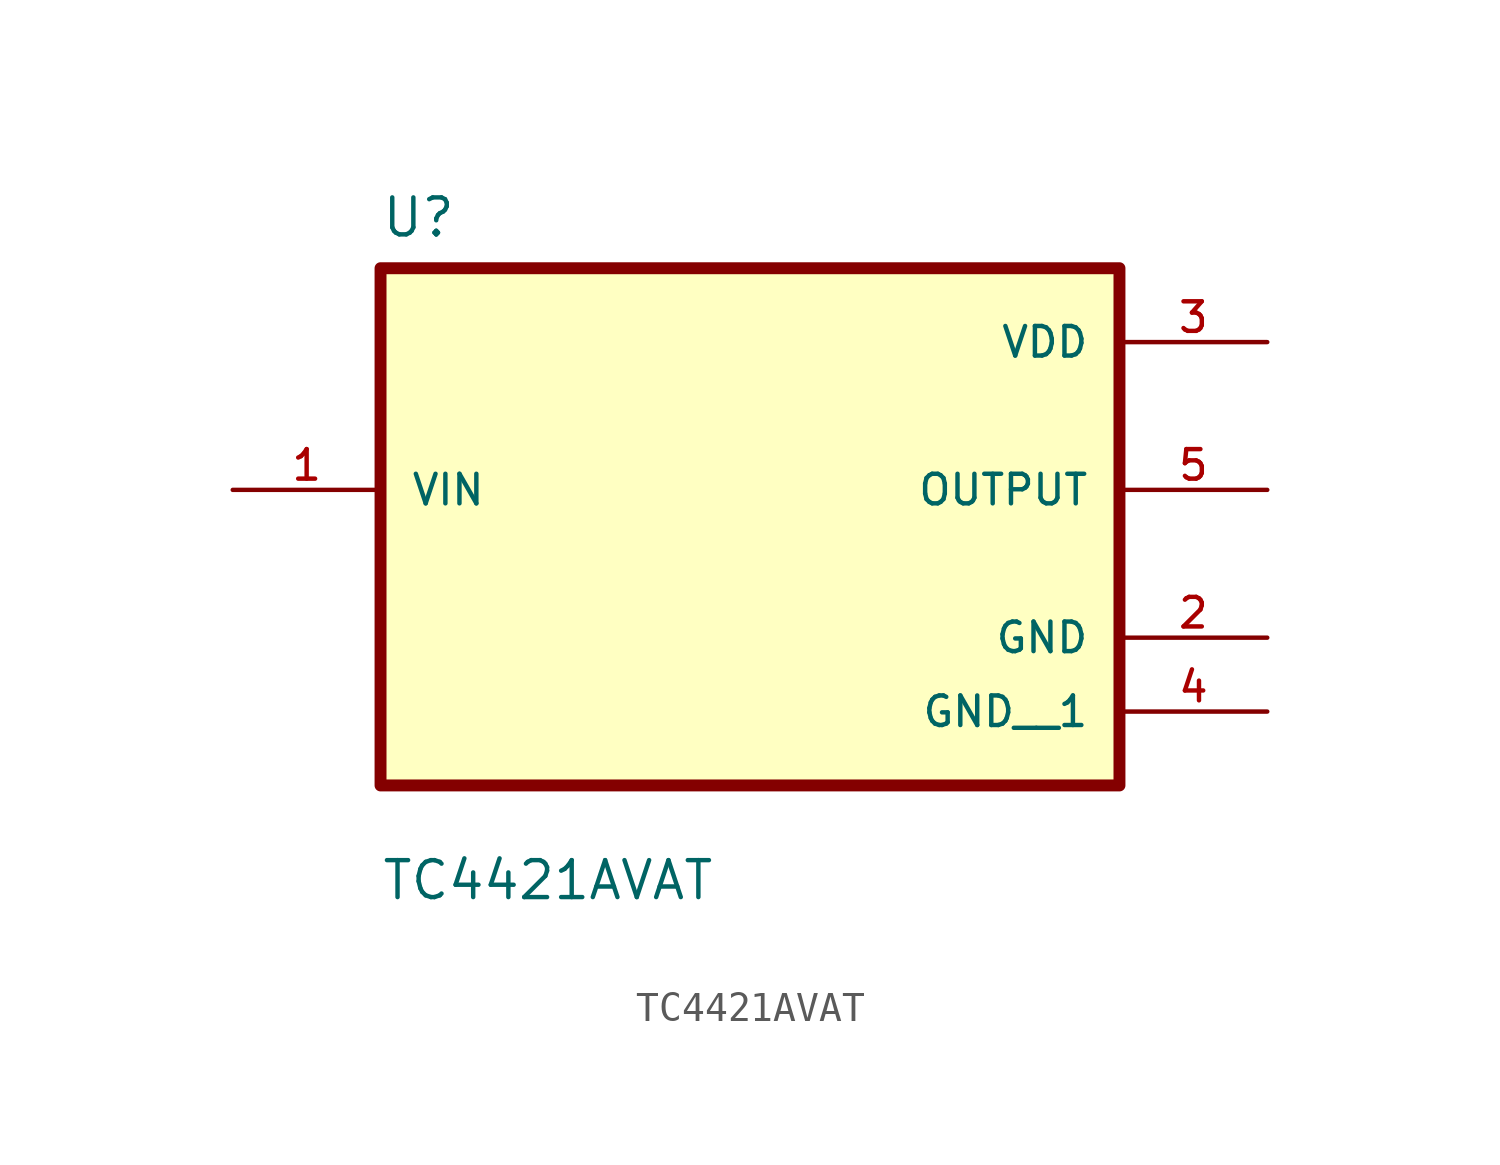
<source format=kicad_sym>
(kicad_symbol_lib
  (version 20211014)
  (generator kicad_symbol_editor)
  (symbol "TC4421AVAT"
    (pin_names
      (offset 1.016))
    (property "Reference" "U"
      (at -12.7 8.62 0.0)
      (effects (font (size 1.27 1.27)) (justify bottom left)))
    (property "Value" "TC4421AVAT"
      (at -12.7 -14.16 0.0)
      (effects (font (size 1.27 1.27)) (justify bottom left)))
    (symbol "TC4421AVAT_0_0"
      (rectangle (start -12.7 -10.16) (end 12.7 7.62) (stroke (width 0.41)) (fill (type background)))
      (pin input line (at -17.78 0.0 0) (length 5.08) (name "VIN" (effects (font (size 1.016 1.016)))) (number "1" (effects (font (size 1.016 1.016)))))
      (pin power_in line (at 17.78 5.08 180.0) (length 5.08) (name "VDD" (effects (font (size 1.016 1.016)))) (number "3" (effects (font (size 1.016 1.016)))))
      (pin output line (at 17.78 0.0 180.0) (length 5.08) (name "OUTPUT" (effects (font (size 1.016 1.016)))) (number "5" (effects (font (size 1.016 1.016)))))
      (pin power_in line (at 17.78 -5.08 180.0) (length 5.08) (name "GND" (effects (font (size 1.016 1.016)))) (number "2" (effects (font (size 1.016 1.016)))))
      (pin power_in line (at 17.78 -7.62 180.0) (length 5.08) (name "GND__1" (effects (font (size 1.016 1.016)))) (number "4" (effects (font (size 1.016 1.016))))))))
</source>
